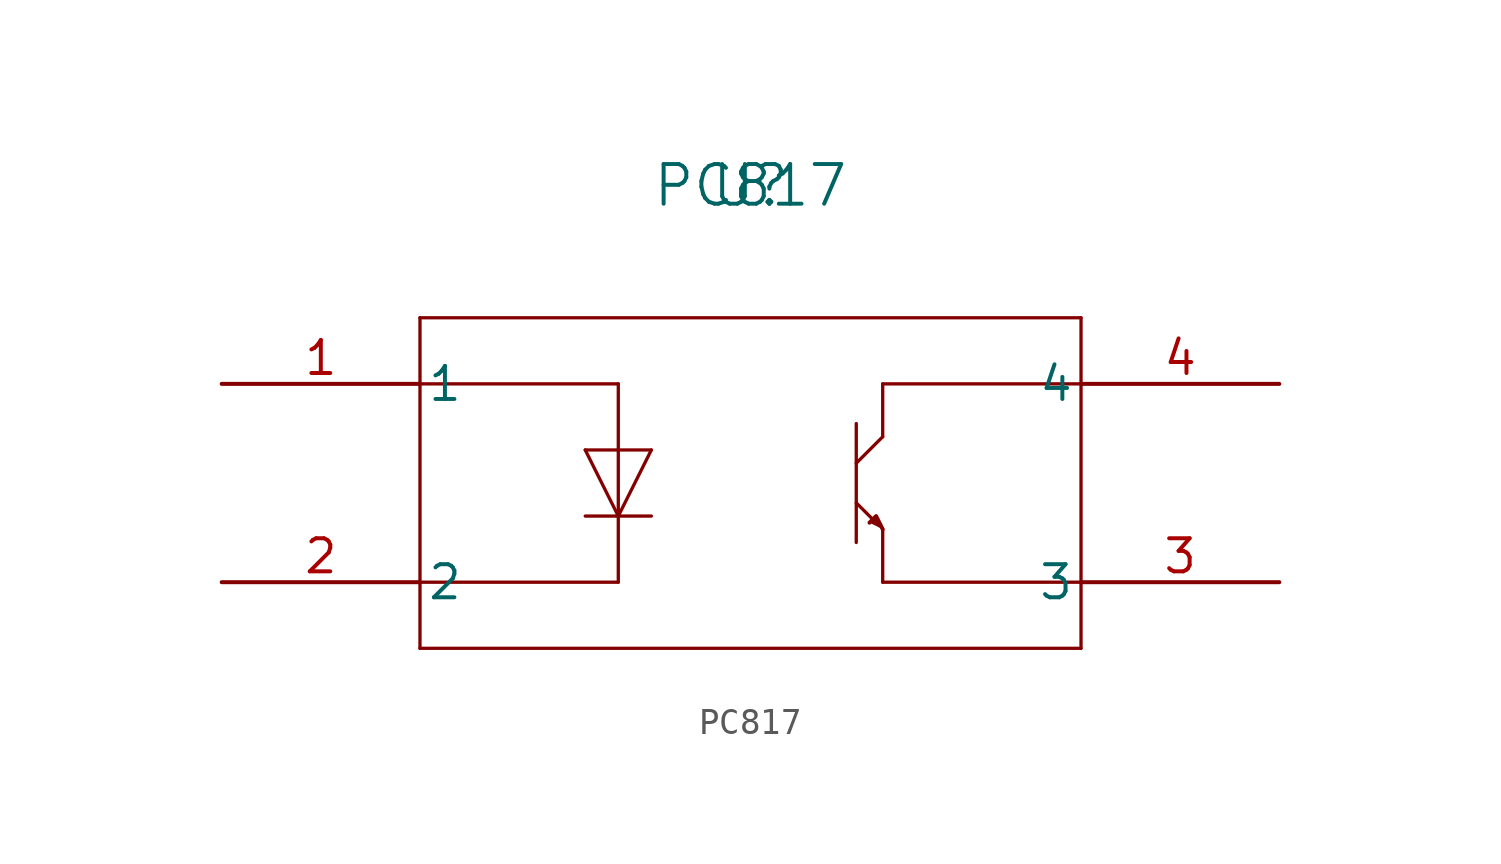
<source format=kicad_sym>
(kicad_symbol_lib
  (version 20211014)
  (generator kicad_symbol_editor)
  (symbol "PC817"
    (pin_names
      (offset 0.254))
    (property "Reference" "U"
      (at 20.32 7.62 0)
      (effects (font (size 1.524 1.524))))
    (property "Value" "PC817"
      (at 20.32 7.62 0)
      (effects (font (size 1.524 1.524))))
    (symbol "PC817_0_1"
      (polyline (pts (xy 7.62 2.54) (xy 7.62 -10.16)) (stroke (width 0.127) (type default) (color 0 0 0 0)) (fill (type none)))
      (polyline (pts (xy 7.62 -10.16) (xy 33.02 -10.16)) (stroke (width 0.127) (type default) (color 0 0 0 0)) (fill (type none)))
      (polyline (pts (xy 33.02 -10.16) (xy 33.02 2.54)) (stroke (width 0.127) (type default) (color 0 0 0 0)) (fill (type none)))
      (polyline (pts (xy 33.02 2.54) (xy 7.62 2.54)) (stroke (width 0.127) (type default) (color 0 0 0 0)) (fill (type none)))
      (polyline (pts (xy 7.62 0) (xy 15.24 0)) (stroke (width 0.127) (type default) (color 0 0 0 0)) (fill (type none)))
      (polyline (pts (xy 15.24 0) (xy 15.24 -7.62)) (stroke (width 0.127) (type default) (color 0 0 0 0)) (fill (type none)))
      (polyline (pts (xy 15.24 -7.62) (xy 7.62 -7.62)) (stroke (width 0.127) (type default) (color 0 0 0 0)) (fill (type none)))
      (polyline (pts (xy 25.4 0) (xy 25.4 -2.032)) (stroke (width 0.127) (type default) (color 0 0 0 0)) (fill (type none)))
      (polyline (pts (xy 25.4 0) (xy 33.02 0)) (stroke (width 0.127) (type default) (color 0 0 0 0)) (fill (type none)))
      (polyline (pts (xy 33.02 -7.62) (xy 25.4 -7.62)) (stroke (width 0.127) (type default) (color 0 0 0 0)) (fill (type none)))
      (polyline (pts (xy 25.4 -7.62) (xy 25.4 -5.588)) (stroke (width 0.127) (type default) (color 0 0 0 0)) (fill (type none)))
      (polyline (pts (xy 24.384 -1.524) (xy 24.384 -6.096)) (stroke (width 0.127) (type default) (color 0 0 0 0)) (fill (type none)))
      (polyline (pts (xy 25.4 -2.032) (xy 24.384 -3.048)) (stroke (width 0.127) (type default) (color 0 0 0 0)) (fill (type none)))
      (polyline (pts (xy 25.146 -5.334) (xy 24.384 -4.572)) (stroke (width 0.127) (type default) (color 0 0 0 0)) (fill (type none)))
      (polyline (pts (xy 25.4 -5.588) (xy 25.146 -5.08) (xy 24.892 -5.334)) (stroke (width 0) (type default) (color 0 0 0 0)) (fill (type outline)))
      (polyline (pts (xy 13.97 -2.54) (xy 16.51 -2.54)) (stroke (width 0.127) (type default) (color 0 0 0 0)) (fill (type none)))
      (polyline (pts (xy 15.24 -5.08) (xy 16.51 -2.54)) (stroke (width 0.127) (type default) (color 0 0 0 0)) (fill (type none)))
      (polyline (pts (xy 13.97 -2.54) (xy 15.24 -5.08)) (stroke (width 0.127) (type default) (color 0 0 0 0)) (fill (type none)))
      (polyline (pts (xy 13.97 -5.08) (xy 16.51 -5.08)) (stroke (width 0.127) (type default) (color 0 0 0 0)) (fill (type none)))
      (pin unspecified line (at 0 0 0) (length 7.62) (name "1" (effects (font (size 1.27 1.27)))) (number "1" (effects (font (size 1.27 1.27)))))
      (pin unspecified line (at 0 -7.62 0) (length 7.62) (name "2" (effects (font (size 1.27 1.27)))) (number "2" (effects (font (size 1.27 1.27)))))
      (pin unspecified line (at 40.64 -7.62 180) (length 7.62) (name "3" (effects (font (size 1.27 1.27)))) (number "3" (effects (font (size 1.27 1.27)))))
      (pin unspecified line (at 40.64 0 180) (length 7.62) (name "4" (effects (font (size 1.27 1.27)))) (number "4" (effects (font (size 1.27 1.27))))))))
</source>
